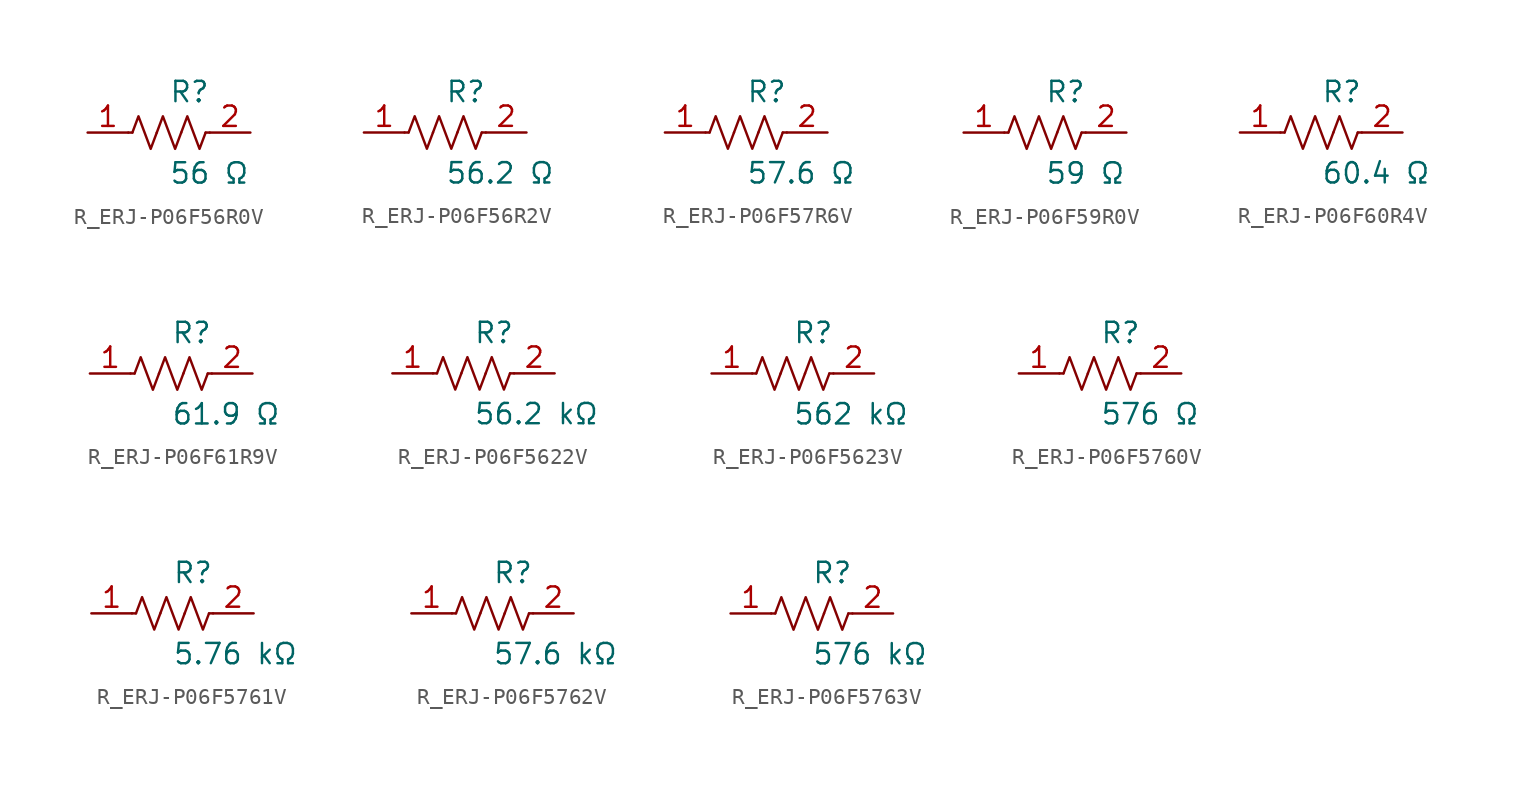
<source format=kicad_sym>
(kicad_symbol_lib
  (version 20231120)
  (generator kicad_symbol_editor)
  (generator_version 8.0)
  (symbol "R_ERJ-P06F56R0V"
    (pin_names
      (offset 0.254))
    (property "Reference" "R"
      (at 0 2.54 0)
      (effects (font (size 1.27 1.27)) (justify left)))
    (property "Value" "56 Ω"
      (at 0 -2.54 0)
      (effects (font (size 1.27 1.27)) (justify left)))
    (symbol "R_ERJ-P06F56R0V_0_1"
      (polyline (pts (xy 2.286 0) (xy 2.54 0)) (stroke (width 0) (type default)) (fill (type none)))
      (polyline (pts (xy -2.286 0) (xy -2.54 0)) (stroke (width 0) (type default)) (fill (type none)))
      (polyline (pts (xy 0.762 0) (xy 1.143 1.016) (xy 1.524 0) (xy 1.905 -1.016) (xy 2.286 0)) (stroke (width 0) (type default)) (fill (type none)))
      (polyline (pts (xy -0.762 0) (xy -0.381 1.016) (xy 0 0) (xy 0.381 -1.016) (xy 0.762 0)) (stroke (width 0) (type default)) (fill (type none)))
      (polyline (pts (xy -2.286 0) (xy -1.905 1.016) (xy -1.524 0) (xy -1.143 -1.016) (xy -0.762 0)) (stroke (width 0) (type default)) (fill (type none))))
    (pin passive line
      (at -5.08 0 0)
      (length 2.54)
      (name "" (effects (font (size 1.27 1.27))))
      (number "1" (effects (font (size 1.27 1.27)))))
    (pin passive line
      (at 5.08 0 180)
      (length 2.54)
      (name "" (effects (font (size 1.27 1.27))))
      (number "2" (effects (font (size 1.27 1.27))))))
  (symbol "R_ERJ-P06F56R2V"
    (pin_names
      (offset 0.254))
    (property "Reference" "R"
      (at 0 2.54 0)
      (effects (font (size 1.27 1.27)) (justify left)))
    (property "Value" "56.2 Ω"
      (at 0 -2.54 0)
      (effects (font (size 1.27 1.27)) (justify left)))
    (symbol "R_ERJ-P06F56R2V_0_1"
      (polyline (pts (xy 2.286 0) (xy 2.54 0)) (stroke (width 0) (type default)) (fill (type none)))
      (polyline (pts (xy -2.286 0) (xy -2.54 0)) (stroke (width 0) (type default)) (fill (type none)))
      (polyline (pts (xy 0.762 0) (xy 1.143 1.016) (xy 1.524 0) (xy 1.905 -1.016) (xy 2.286 0)) (stroke (width 0) (type default)) (fill (type none)))
      (polyline (pts (xy -0.762 0) (xy -0.381 1.016) (xy 0 0) (xy 0.381 -1.016) (xy 0.762 0)) (stroke (width 0) (type default)) (fill (type none)))
      (polyline (pts (xy -2.286 0) (xy -1.905 1.016) (xy -1.524 0) (xy -1.143 -1.016) (xy -0.762 0)) (stroke (width 0) (type default)) (fill (type none))))
    (pin passive line
      (at -5.08 0 0)
      (length 2.54)
      (name "" (effects (font (size 1.27 1.27))))
      (number "1" (effects (font (size 1.27 1.27)))))
    (pin passive line
      (at 5.08 0 180)
      (length 2.54)
      (name "" (effects (font (size 1.27 1.27))))
      (number "2" (effects (font (size 1.27 1.27))))))
  (symbol "R_ERJ-P06F57R6V"
    (pin_names
      (offset 0.254))
    (property "Reference" "R"
      (at 0 2.54 0)
      (effects (font (size 1.27 1.27)) (justify left)))
    (property "Value" "57.6 Ω"
      (at 0 -2.54 0)
      (effects (font (size 1.27 1.27)) (justify left)))
    (symbol "R_ERJ-P06F57R6V_0_1"
      (polyline (pts (xy 2.286 0) (xy 2.54 0)) (stroke (width 0) (type default)) (fill (type none)))
      (polyline (pts (xy -2.286 0) (xy -2.54 0)) (stroke (width 0) (type default)) (fill (type none)))
      (polyline (pts (xy 0.762 0) (xy 1.143 1.016) (xy 1.524 0) (xy 1.905 -1.016) (xy 2.286 0)) (stroke (width 0) (type default)) (fill (type none)))
      (polyline (pts (xy -0.762 0) (xy -0.381 1.016) (xy 0 0) (xy 0.381 -1.016) (xy 0.762 0)) (stroke (width 0) (type default)) (fill (type none)))
      (polyline (pts (xy -2.286 0) (xy -1.905 1.016) (xy -1.524 0) (xy -1.143 -1.016) (xy -0.762 0)) (stroke (width 0) (type default)) (fill (type none))))
    (pin passive line
      (at -5.08 0 0)
      (length 2.54)
      (name "" (effects (font (size 1.27 1.27))))
      (number "1" (effects (font (size 1.27 1.27)))))
    (pin passive line
      (at 5.08 0 180)
      (length 2.54)
      (name "" (effects (font (size 1.27 1.27))))
      (number "2" (effects (font (size 1.27 1.27))))))
  (symbol "R_ERJ-P06F59R0V"
    (pin_names
      (offset 0.254))
    (property "Reference" "R"
      (at 0 2.54 0)
      (effects (font (size 1.27 1.27)) (justify left)))
    (property "Value" "59 Ω"
      (at 0 -2.54 0)
      (effects (font (size 1.27 1.27)) (justify left)))
    (symbol "R_ERJ-P06F59R0V_0_1"
      (polyline (pts (xy 2.286 0) (xy 2.54 0)) (stroke (width 0) (type default)) (fill (type none)))
      (polyline (pts (xy -2.286 0) (xy -2.54 0)) (stroke (width 0) (type default)) (fill (type none)))
      (polyline (pts (xy 0.762 0) (xy 1.143 1.016) (xy 1.524 0) (xy 1.905 -1.016) (xy 2.286 0)) (stroke (width 0) (type default)) (fill (type none)))
      (polyline (pts (xy -0.762 0) (xy -0.381 1.016) (xy 0 0) (xy 0.381 -1.016) (xy 0.762 0)) (stroke (width 0) (type default)) (fill (type none)))
      (polyline (pts (xy -2.286 0) (xy -1.905 1.016) (xy -1.524 0) (xy -1.143 -1.016) (xy -0.762 0)) (stroke (width 0) (type default)) (fill (type none))))
    (pin passive line
      (at -5.08 0 0)
      (length 2.54)
      (name "" (effects (font (size 1.27 1.27))))
      (number "1" (effects (font (size 1.27 1.27)))))
    (pin passive line
      (at 5.08 0 180)
      (length 2.54)
      (name "" (effects (font (size 1.27 1.27))))
      (number "2" (effects (font (size 1.27 1.27))))))
  (symbol "R_ERJ-P06F60R4V"
    (pin_names
      (offset 0.254))
    (property "Reference" "R"
      (at 0 2.54 0)
      (effects (font (size 1.27 1.27)) (justify left)))
    (property "Value" "60.4 Ω"
      (at 0 -2.54 0)
      (effects (font (size 1.27 1.27)) (justify left)))
    (symbol "R_ERJ-P06F60R4V_0_1"
      (polyline (pts (xy 2.286 0) (xy 2.54 0)) (stroke (width 0) (type default)) (fill (type none)))
      (polyline (pts (xy -2.286 0) (xy -2.54 0)) (stroke (width 0) (type default)) (fill (type none)))
      (polyline (pts (xy 0.762 0) (xy 1.143 1.016) (xy 1.524 0) (xy 1.905 -1.016) (xy 2.286 0)) (stroke (width 0) (type default)) (fill (type none)))
      (polyline (pts (xy -0.762 0) (xy -0.381 1.016) (xy 0 0) (xy 0.381 -1.016) (xy 0.762 0)) (stroke (width 0) (type default)) (fill (type none)))
      (polyline (pts (xy -2.286 0) (xy -1.905 1.016) (xy -1.524 0) (xy -1.143 -1.016) (xy -0.762 0)) (stroke (width 0) (type default)) (fill (type none))))
    (pin passive line
      (at -5.08 0 0)
      (length 2.54)
      (name "" (effects (font (size 1.27 1.27))))
      (number "1" (effects (font (size 1.27 1.27)))))
    (pin passive line
      (at 5.08 0 180)
      (length 2.54)
      (name "" (effects (font (size 1.27 1.27))))
      (number "2" (effects (font (size 1.27 1.27))))))
  (symbol "R_ERJ-P06F61R9V"
    (pin_names
      (offset 0.254))
    (property "Reference" "R"
      (at 0 2.54 0)
      (effects (font (size 1.27 1.27)) (justify left)))
    (property "Value" "61.9 Ω"
      (at 0 -2.54 0)
      (effects (font (size 1.27 1.27)) (justify left)))
    (symbol "R_ERJ-P06F61R9V_0_1"
      (polyline (pts (xy 2.286 0) (xy 2.54 0)) (stroke (width 0) (type default)) (fill (type none)))
      (polyline (pts (xy -2.286 0) (xy -2.54 0)) (stroke (width 0) (type default)) (fill (type none)))
      (polyline (pts (xy 0.762 0) (xy 1.143 1.016) (xy 1.524 0) (xy 1.905 -1.016) (xy 2.286 0)) (stroke (width 0) (type default)) (fill (type none)))
      (polyline (pts (xy -0.762 0) (xy -0.381 1.016) (xy 0 0) (xy 0.381 -1.016) (xy 0.762 0)) (stroke (width 0) (type default)) (fill (type none)))
      (polyline (pts (xy -2.286 0) (xy -1.905 1.016) (xy -1.524 0) (xy -1.143 -1.016) (xy -0.762 0)) (stroke (width 0) (type default)) (fill (type none))))
    (pin passive line
      (at -5.08 0 0)
      (length 2.54)
      (name "" (effects (font (size 1.27 1.27))))
      (number "1" (effects (font (size 1.27 1.27)))))
    (pin passive line
      (at 5.08 0 180)
      (length 2.54)
      (name "" (effects (font (size 1.27 1.27))))
      (number "2" (effects (font (size 1.27 1.27))))))
  (symbol "R_ERJ-P06F5622V"
    (pin_names
      (offset 0.254))
    (property "Reference" "R"
      (at 0 2.54 0)
      (effects (font (size 1.27 1.27)) (justify left)))
    (property "Value" "56.2 kΩ"
      (at 0 -2.54 0)
      (effects (font (size 1.27 1.27)) (justify left)))
    (symbol "R_ERJ-P06F5622V_0_1"
      (polyline (pts (xy 2.286 0) (xy 2.54 0)) (stroke (width 0) (type default)) (fill (type none)))
      (polyline (pts (xy -2.286 0) (xy -2.54 0)) (stroke (width 0) (type default)) (fill (type none)))
      (polyline (pts (xy 0.762 0) (xy 1.143 1.016) (xy 1.524 0) (xy 1.905 -1.016) (xy 2.286 0)) (stroke (width 0) (type default)) (fill (type none)))
      (polyline (pts (xy -0.762 0) (xy -0.381 1.016) (xy 0 0) (xy 0.381 -1.016) (xy 0.762 0)) (stroke (width 0) (type default)) (fill (type none)))
      (polyline (pts (xy -2.286 0) (xy -1.905 1.016) (xy -1.524 0) (xy -1.143 -1.016) (xy -0.762 0)) (stroke (width 0) (type default)) (fill (type none))))
    (pin passive line
      (at -5.08 0 0)
      (length 2.54)
      (name "" (effects (font (size 1.27 1.27))))
      (number "1" (effects (font (size 1.27 1.27)))))
    (pin passive line
      (at 5.08 0 180)
      (length 2.54)
      (name "" (effects (font (size 1.27 1.27))))
      (number "2" (effects (font (size 1.27 1.27))))))
  (symbol "R_ERJ-P06F5623V"
    (pin_names
      (offset 0.254))
    (property "Reference" "R"
      (at 0 2.54 0)
      (effects (font (size 1.27 1.27)) (justify left)))
    (property "Value" "562 kΩ"
      (at 0 -2.54 0)
      (effects (font (size 1.27 1.27)) (justify left)))
    (symbol "R_ERJ-P06F5623V_0_1"
      (polyline (pts (xy 2.286 0) (xy 2.54 0)) (stroke (width 0) (type default)) (fill (type none)))
      (polyline (pts (xy -2.286 0) (xy -2.54 0)) (stroke (width 0) (type default)) (fill (type none)))
      (polyline (pts (xy 0.762 0) (xy 1.143 1.016) (xy 1.524 0) (xy 1.905 -1.016) (xy 2.286 0)) (stroke (width 0) (type default)) (fill (type none)))
      (polyline (pts (xy -0.762 0) (xy -0.381 1.016) (xy 0 0) (xy 0.381 -1.016) (xy 0.762 0)) (stroke (width 0) (type default)) (fill (type none)))
      (polyline (pts (xy -2.286 0) (xy -1.905 1.016) (xy -1.524 0) (xy -1.143 -1.016) (xy -0.762 0)) (stroke (width 0) (type default)) (fill (type none))))
    (pin passive line
      (at -5.08 0 0)
      (length 2.54)
      (name "" (effects (font (size 1.27 1.27))))
      (number "1" (effects (font (size 1.27 1.27)))))
    (pin passive line
      (at 5.08 0 180)
      (length 2.54)
      (name "" (effects (font (size 1.27 1.27))))
      (number "2" (effects (font (size 1.27 1.27))))))
  (symbol "R_ERJ-P06F5760V"
    (pin_names
      (offset 0.254))
    (property "Reference" "R"
      (at 0 2.54 0)
      (effects (font (size 1.27 1.27)) (justify left)))
    (property "Value" "576 Ω"
      (at 0 -2.54 0)
      (effects (font (size 1.27 1.27)) (justify left)))
    (symbol "R_ERJ-P06F5760V_0_1"
      (polyline (pts (xy 2.286 0) (xy 2.54 0)) (stroke (width 0) (type default)) (fill (type none)))
      (polyline (pts (xy -2.286 0) (xy -2.54 0)) (stroke (width 0) (type default)) (fill (type none)))
      (polyline (pts (xy 0.762 0) (xy 1.143 1.016) (xy 1.524 0) (xy 1.905 -1.016) (xy 2.286 0)) (stroke (width 0) (type default)) (fill (type none)))
      (polyline (pts (xy -0.762 0) (xy -0.381 1.016) (xy 0 0) (xy 0.381 -1.016) (xy 0.762 0)) (stroke (width 0) (type default)) (fill (type none)))
      (polyline (pts (xy -2.286 0) (xy -1.905 1.016) (xy -1.524 0) (xy -1.143 -1.016) (xy -0.762 0)) (stroke (width 0) (type default)) (fill (type none))))
    (pin passive line
      (at -5.08 0 0)
      (length 2.54)
      (name "" (effects (font (size 1.27 1.27))))
      (number "1" (effects (font (size 1.27 1.27)))))
    (pin passive line
      (at 5.08 0 180)
      (length 2.54)
      (name "" (effects (font (size 1.27 1.27))))
      (number "2" (effects (font (size 1.27 1.27))))))
  (symbol "R_ERJ-P06F5761V"
    (pin_names
      (offset 0.254))
    (property "Reference" "R"
      (at 0 2.54 0)
      (effects (font (size 1.27 1.27)) (justify left)))
    (property "Value" "5.76 kΩ"
      (at 0 -2.54 0)
      (effects (font (size 1.27 1.27)) (justify left)))
    (symbol "R_ERJ-P06F5761V_0_1"
      (polyline (pts (xy 2.286 0) (xy 2.54 0)) (stroke (width 0) (type default)) (fill (type none)))
      (polyline (pts (xy -2.286 0) (xy -2.54 0)) (stroke (width 0) (type default)) (fill (type none)))
      (polyline (pts (xy 0.762 0) (xy 1.143 1.016) (xy 1.524 0) (xy 1.905 -1.016) (xy 2.286 0)) (stroke (width 0) (type default)) (fill (type none)))
      (polyline (pts (xy -0.762 0) (xy -0.381 1.016) (xy 0 0) (xy 0.381 -1.016) (xy 0.762 0)) (stroke (width 0) (type default)) (fill (type none)))
      (polyline (pts (xy -2.286 0) (xy -1.905 1.016) (xy -1.524 0) (xy -1.143 -1.016) (xy -0.762 0)) (stroke (width 0) (type default)) (fill (type none))))
    (pin passive line
      (at -5.08 0 0)
      (length 2.54)
      (name "" (effects (font (size 1.27 1.27))))
      (number "1" (effects (font (size 1.27 1.27)))))
    (pin passive line
      (at 5.08 0 180)
      (length 2.54)
      (name "" (effects (font (size 1.27 1.27))))
      (number "2" (effects (font (size 1.27 1.27))))))
  (symbol "R_ERJ-P06F5762V"
    (pin_names
      (offset 0.254))
    (property "Reference" "R"
      (at 0 2.54 0)
      (effects (font (size 1.27 1.27)) (justify left)))
    (property "Value" "57.6 kΩ"
      (at 0 -2.54 0)
      (effects (font (size 1.27 1.27)) (justify left)))
    (symbol "R_ERJ-P06F5762V_0_1"
      (polyline (pts (xy 2.286 0) (xy 2.54 0)) (stroke (width 0) (type default)) (fill (type none)))
      (polyline (pts (xy -2.286 0) (xy -2.54 0)) (stroke (width 0) (type default)) (fill (type none)))
      (polyline (pts (xy 0.762 0) (xy 1.143 1.016) (xy 1.524 0) (xy 1.905 -1.016) (xy 2.286 0)) (stroke (width 0) (type default)) (fill (type none)))
      (polyline (pts (xy -0.762 0) (xy -0.381 1.016) (xy 0 0) (xy 0.381 -1.016) (xy 0.762 0)) (stroke (width 0) (type default)) (fill (type none)))
      (polyline (pts (xy -2.286 0) (xy -1.905 1.016) (xy -1.524 0) (xy -1.143 -1.016) (xy -0.762 0)) (stroke (width 0) (type default)) (fill (type none))))
    (pin passive line
      (at -5.08 0 0)
      (length 2.54)
      (name "" (effects (font (size 1.27 1.27))))
      (number "1" (effects (font (size 1.27 1.27)))))
    (pin passive line
      (at 5.08 0 180)
      (length 2.54)
      (name "" (effects (font (size 1.27 1.27))))
      (number "2" (effects (font (size 1.27 1.27))))))
  (symbol "R_ERJ-P06F5763V"
    (pin_names
      (offset 0.254))
    (property "Reference" "R"
      (at 0 2.54 0)
      (effects (font (size 1.27 1.27)) (justify left)))
    (property "Value" "576 kΩ"
      (at 0 -2.54 0)
      (effects (font (size 1.27 1.27)) (justify left)))
    (symbol "R_ERJ-P06F5763V_0_1"
      (polyline (pts (xy 2.286 0) (xy 2.54 0)) (stroke (width 0) (type default)) (fill (type none)))
      (polyline (pts (xy -2.286 0) (xy -2.54 0)) (stroke (width 0) (type default)) (fill (type none)))
      (polyline (pts (xy 0.762 0) (xy 1.143 1.016) (xy 1.524 0) (xy 1.905 -1.016) (xy 2.286 0)) (stroke (width 0) (type default)) (fill (type none)))
      (polyline (pts (xy -0.762 0) (xy -0.381 1.016) (xy 0 0) (xy 0.381 -1.016) (xy 0.762 0)) (stroke (width 0) (type default)) (fill (type none)))
      (polyline (pts (xy -2.286 0) (xy -1.905 1.016) (xy -1.524 0) (xy -1.143 -1.016) (xy -0.762 0)) (stroke (width 0) (type default)) (fill (type none))))
    (pin passive line
      (at -5.08 0 0)
      (length 2.54)
      (name "" (effects (font (size 1.27 1.27))))
      (number "1" (effects (font (size 1.27 1.27)))))
    (pin passive line
      (at 5.08 0 180)
      (length 2.54)
      (name "" (effects (font (size 1.27 1.27))))
      (number "2" (effects (font (size 1.27 1.27)))))))
</source>
